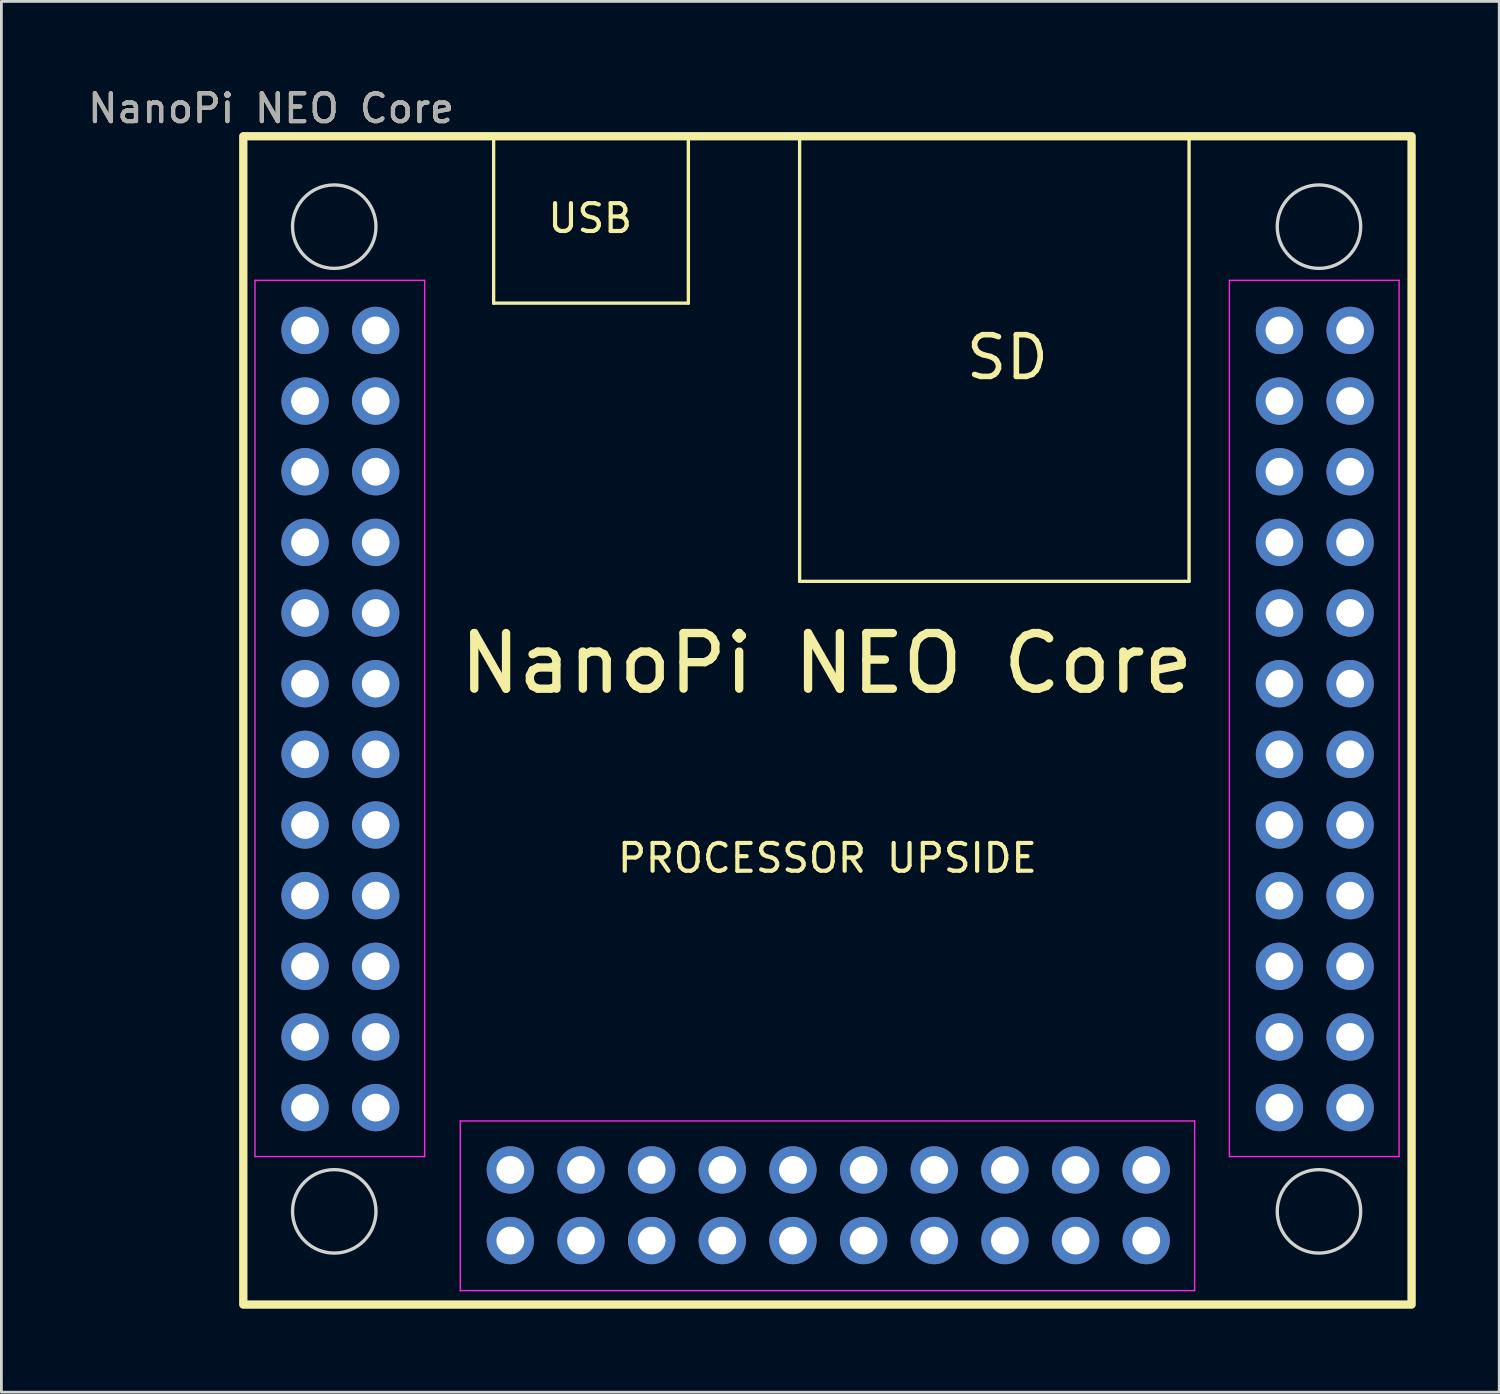
<source format=kicad_pcb>
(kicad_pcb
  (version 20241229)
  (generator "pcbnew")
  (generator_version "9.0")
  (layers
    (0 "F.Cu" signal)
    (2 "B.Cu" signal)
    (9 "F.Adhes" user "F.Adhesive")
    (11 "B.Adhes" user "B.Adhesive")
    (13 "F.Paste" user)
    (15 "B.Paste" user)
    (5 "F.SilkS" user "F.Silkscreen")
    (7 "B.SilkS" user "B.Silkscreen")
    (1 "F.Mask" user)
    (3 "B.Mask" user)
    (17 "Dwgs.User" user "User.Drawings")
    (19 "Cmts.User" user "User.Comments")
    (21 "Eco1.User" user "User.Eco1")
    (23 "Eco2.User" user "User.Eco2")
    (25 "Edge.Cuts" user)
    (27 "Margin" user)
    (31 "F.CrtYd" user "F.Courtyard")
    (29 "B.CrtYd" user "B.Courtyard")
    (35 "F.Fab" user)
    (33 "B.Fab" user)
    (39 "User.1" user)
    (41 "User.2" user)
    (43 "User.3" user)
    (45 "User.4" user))
  (footprint "NanoPi NEO Core"
    (layer "F.Cu")
    (at 7.696 41.848)
    (property "Reference" "NanoPi NEO Core" (at -1 -41 0) (unlocked yes) (layer "F.SilkS") (effects (font (size 1 1) (thickness 0.15))))
    (attr through_hole)
    (fp_line (start 7 -40) (end 7 -34) (stroke (width 0.12) (type solid)) (layer "F.SilkS"))
    (fp_line (start 7 -34) (end 14 -34) (stroke (width 0.12) (type solid)) (layer "F.SilkS"))
    (fp_line (start 14 -34) (end 14 -40) (stroke (width 0.12) (type solid)) (layer "F.SilkS"))
    (fp_line (start 18 -40) (end 18 -24) (stroke (width 0.12) (type solid)) (layer "F.SilkS"))
    (fp_line (start 18 -24) (end 32 -24) (stroke (width 0.12) (type solid)) (layer "F.SilkS"))
    (fp_line (start 32 -24) (end 32 -40) (stroke (width 0.12) (type solid)) (layer "F.SilkS"))
    (fp_rect (start -2 2) (end 40 -40) (stroke (width 0.3) (type solid)) (fill no) (layer "F.SilkS"))
    (fp_circle (center 1.27 -36.75) (end 2.77 -36.75) (stroke (width 0.12) (type solid)) (fill no) (layer "Edge.Cuts"))
    (fp_circle (center 1.27 -1.35) (end 2.77 -1.35) (stroke (width 0.12) (type solid)) (fill no) (layer "Edge.Cuts"))
    (fp_circle (center 36.67 -36.75) (end 38.17 -36.75) (stroke (width 0.12) (type solid)) (fill no) (layer "Edge.Cuts"))
    (fp_circle (center 36.67 -1.35) (end 38.17 -1.35) (stroke (width 0.12) (type solid)) (fill no) (layer "Edge.Cuts"))
    (fp_line (start -1.58 -34.82) (end 4.52 -34.82) (stroke (width 0.05) (type solid)) (layer "F.CrtYd"))
    (fp_line (start -1.58 -3.32) (end -1.58 -34.82) (stroke (width 0.05) (type solid)) (layer "F.CrtYd"))
    (fp_line (start 4.52 -34.82) (end 4.52 -3.32) (stroke (width 0.05) (type solid)) (layer "F.CrtYd"))
    (fp_line (start 4.52 -3.32) (end -1.58 -3.32) (stroke (width 0.05) (type solid)) (layer "F.CrtYd"))
    (fp_line (start 5.8 -4.6) (end 32.2 -4.6) (stroke (width 0.05) (type solid)) (layer "F.CrtYd"))
    (fp_line (start 5.8 1.5) (end 5.8 -4.6) (stroke (width 0.05) (type solid)) (layer "F.CrtYd"))
    (fp_line (start 32.2 -4.6) (end 32.2 1.5) (stroke (width 0.05) (type solid)) (layer "F.CrtYd"))
    (fp_line (start 32.2 1.5) (end 5.8 1.5) (stroke (width 0.05) (type solid)) (layer "F.CrtYd"))
    (fp_line (start 33.45 -34.82) (end 39.55 -34.82) (stroke (width 0.05) (type solid)) (layer "F.CrtYd"))
    (fp_line (start 33.45 -3.32) (end 33.45 -34.82) (stroke (width 0.05) (type solid)) (layer "F.CrtYd"))
    (fp_line (start 39.55 -34.82) (end 39.55 -3.32) (stroke (width 0.05) (type solid)) (layer "F.CrtYd"))
    (fp_line (start 39.55 -3.32) (end 33.45 -3.32) (stroke (width 0.05) (type solid)) (layer "F.CrtYd"))
    (fp_text user "NanoPi NEO Core" (at 18.97 -21.05 0) (unlocked yes) (layer "F.SilkS") (effects (font (size 2 2) (thickness 0.3))))
    (fp_text user "PROCESSOR UPSIDE" (at 19 -14.05 0) (unlocked yes) (layer "F.SilkS") (effects (font (size 1 1) (thickness 0.15))))
    (fp_text user "SD" (at 25.47 -32.05 0) (unlocked yes) (layer "F.SilkS") (effects (font (size 1.5 1.5) (thickness 0.2))))
    (fp_text user "USB" (at 10.47 -37.05 0) (unlocked yes) (layer "F.SilkS") (effects (font (size 1 1) (thickness 0.15))))
    (fp_text user "${REFERENCE}" (at -1 -41 0) (unlocked yes) (layer "F.Fab") (effects (font (size 1 1) (thickness 0.15))))
    (pad "A1" thru_hole oval (at 0.22 -33.02) (size 1.7 1.7) (drill 1) (layers "*.Cu" "*.Mask"))
    (pad "A2" thru_hole circle (at 2.76 -33.02) (size 1.7 1.7) (drill 1) (layers "*.Cu" "*.Mask"))
    (pad "A3" thru_hole oval (at 0.22 -30.48) (size 1.7 1.7) (drill 1) (layers "*.Cu" "*.Mask"))
    (pad "A4" thru_hole oval (at 2.76 -30.48) (size 1.7 1.7) (drill 1) (layers "*.Cu" "*.Mask"))
    (pad "A5" thru_hole oval (at 0.22 -27.94) (size 1.7 1.7) (drill 1) (layers "*.Cu" "*.Mask"))
    (pad "A6" thru_hole oval (at 2.76 -27.94) (size 1.7 1.7) (drill 1) (layers "*.Cu" "*.Mask"))
    (pad "A7" thru_hole oval (at 0.22 -25.4) (size 1.7 1.7) (drill 1) (layers "*.Cu" "*.Mask"))
    (pad "A8" thru_hole oval (at 2.76 -25.4) (size 1.7 1.7) (drill 1) (layers "*.Cu" "*.Mask"))
    (pad "A9" thru_hole oval (at 0.22 -22.86) (size 1.7 1.7) (drill 1) (layers "*.Cu" "*.Mask"))
    (pad "A10" thru_hole oval (at 2.76 -22.86) (size 1.7 1.7) (drill 1) (layers "*.Cu" "*.Mask"))
    (pad "A11" thru_hole oval (at 0.22 -20.32) (size 1.7 1.7) (drill 1) (layers "*.Cu" "*.Mask"))
    (pad "A12" thru_hole oval (at 2.76 -20.32) (size 1.7 1.7) (drill 1) (layers "*.Cu" "*.Mask"))
    (pad "A13" thru_hole oval (at 0.22 -17.78) (size 1.7 1.7) (drill 1) (layers "*.Cu" "*.Mask"))
    (pad "A14" thru_hole oval (at 2.76 -17.78) (size 1.7 1.7) (drill 1) (layers "*.Cu" "*.Mask"))
    (pad "A15" thru_hole oval (at 0.22 -15.24) (size 1.7 1.7) (drill 1) (layers "*.Cu" "*.Mask"))
    (pad "A16" thru_hole oval (at 2.76 -15.24) (size 1.7 1.7) (drill 1) (layers "*.Cu" "*.Mask"))
    (pad "A17" thru_hole oval (at 0.22 -12.7) (size 1.7 1.7) (drill 1) (layers "*.Cu" "*.Mask"))
    (pad "A18" thru_hole oval (at 2.76 -12.7) (size 1.7 1.7) (drill 1) (layers "*.Cu" "*.Mask"))
    (pad "A19" thru_hole oval (at 0.22 -10.16) (size 1.7 1.7) (drill 1) (layers "*.Cu" "*.Mask"))
    (pad "A20" thru_hole oval (at 2.76 -10.16) (size 1.7 1.7) (drill 1) (layers "*.Cu" "*.Mask"))
    (pad "A21" thru_hole oval (at 0.22 -7.62) (size 1.7 1.7) (drill 1) (layers "*.Cu" "*.Mask"))
    (pad "A22" thru_hole oval (at 2.76 -7.62) (size 1.7 1.7) (drill 1) (layers "*.Cu" "*.Mask"))
    (pad "A23" thru_hole oval (at 0.22 -5.08) (size 1.7 1.7) (drill 1) (layers "*.Cu" "*.Mask"))
    (pad "A24" thru_hole oval (at 2.76 -5.08) (size 1.7 1.7) (drill 1) (layers "*.Cu" "*.Mask"))
    (pad "B1" thru_hole oval (at 35.25 -33.02) (size 1.7 1.7) (drill 1) (layers "*.Cu" "*.Mask"))
    (pad "B2" thru_hole circle (at 37.79 -33.02) (size 1.7 1.7) (drill 1) (layers "*.Cu" "*.Mask"))
    (pad "B3" thru_hole oval (at 35.25 -30.48) (size 1.7 1.7) (drill 1) (layers "*.Cu" "*.Mask"))
    (pad "B4" thru_hole oval (at 37.79 -30.48) (size 1.7 1.7) (drill 1) (layers "*.Cu" "*.Mask"))
    (pad "B5" thru_hole oval (at 35.25 -27.94) (size 1.7 1.7) (drill 1) (layers "*.Cu" "*.Mask"))
    (pad "B6" thru_hole oval (at 37.79 -27.94) (size 1.7 1.7) (drill 1) (layers "*.Cu" "*.Mask"))
    (pad "B7" thru_hole oval (at 35.25 -25.4) (size 1.7 1.7) (drill 1) (layers "*.Cu" "*.Mask"))
    (pad "B8" thru_hole oval (at 37.79 -25.4) (size 1.7 1.7) (drill 1) (layers "*.Cu" "*.Mask"))
    (pad "B9" thru_hole oval (at 35.25 -22.86) (size 1.7 1.7) (drill 1) (layers "*.Cu" "*.Mask"))
    (pad "B10" thru_hole oval (at 37.79 -22.86) (size 1.7 1.7) (drill 1) (layers "*.Cu" "*.Mask"))
    (pad "B11" thru_hole oval (at 35.25 -20.32) (size 1.7 1.7) (drill 1) (layers "*.Cu" "*.Mask"))
    (pad "B12" thru_hole oval (at 37.79 -20.32) (size 1.7 1.7) (drill 1) (layers "*.Cu" "*.Mask"))
    (pad "B13" thru_hole oval (at 35.25 -17.78) (size 1.7 1.7) (drill 1) (layers "*.Cu" "*.Mask"))
    (pad "B14" thru_hole oval (at 37.79 -17.78) (size 1.7 1.7) (drill 1) (layers "*.Cu" "*.Mask"))
    (pad "B15" thru_hole oval (at 35.25 -15.24) (size 1.7 1.7) (drill 1) (layers "*.Cu" "*.Mask"))
    (pad "B16" thru_hole oval (at 37.79 -15.24) (size 1.7 1.7) (drill 1) (layers "*.Cu" "*.Mask"))
    (pad "B17" thru_hole oval (at 35.25 -12.7) (size 1.7 1.7) (drill 1) (layers "*.Cu" "*.Mask"))
    (pad "B18" thru_hole oval (at 37.79 -12.7) (size 1.7 1.7) (drill 1) (layers "*.Cu" "*.Mask"))
    (pad "B19" thru_hole oval (at 35.25 -10.16) (size 1.7 1.7) (drill 1) (layers "*.Cu" "*.Mask"))
    (pad "B20" thru_hole oval (at 37.79 -10.16) (size 1.7 1.7) (drill 1) (layers "*.Cu" "*.Mask"))
    (pad "B21" thru_hole oval (at 35.25 -7.62) (size 1.7 1.7) (drill 1) (layers "*.Cu" "*.Mask"))
    (pad "B22" thru_hole oval (at 37.79 -7.62) (size 1.7 1.7) (drill 1) (layers "*.Cu" "*.Mask"))
    (pad "B23" thru_hole oval (at 35.25 -5.08) (size 1.7 1.7) (drill 1) (layers "*.Cu" "*.Mask"))
    (pad "B24" thru_hole oval (at 37.79 -5.08) (size 1.7 1.7) (drill 1) (layers "*.Cu" "*.Mask"))
    (pad "C1" thru_hole oval (at 7.6 -0.3 90) (size 1.7 1.7) (drill 1) (layers "*.Cu" "*.Mask"))
    (pad "C2" thru_hole circle (at 7.6 -2.84 90) (size 1.7 1.7) (drill 1) (layers "*.Cu" "*.Mask"))
    (pad "C3" thru_hole oval (at 10.14 -0.3 90) (size 1.7 1.7) (drill 1) (layers "*.Cu" "*.Mask"))
    (pad "C4" thru_hole oval (at 10.14 -2.84 90) (size 1.7 1.7) (drill 1) (layers "*.Cu" "*.Mask"))
    (pad "C5" thru_hole oval (at 12.68 -0.3 90) (size 1.7 1.7) (drill 1) (layers "*.Cu" "*.Mask"))
    (pad "C6" thru_hole oval (at 12.68 -2.84 90) (size 1.7 1.7) (drill 1) (layers "*.Cu" "*.Mask"))
    (pad "C7" thru_hole oval (at 15.22 -0.3 90) (size 1.7 1.7) (drill 1) (layers "*.Cu" "*.Mask"))
    (pad "C8" thru_hole oval (at 15.22 -2.84 90) (size 1.7 1.7) (drill 1) (layers "*.Cu" "*.Mask"))
    (pad "C9" thru_hole oval (at 17.76 -0.3 90) (size 1.7 1.7) (drill 1) (layers "*.Cu" "*.Mask"))
    (pad "C10" thru_hole oval (at 17.76 -2.84 90) (size 1.7 1.7) (drill 1) (layers "*.Cu" "*.Mask"))
    (pad "C11" thru_hole oval (at 20.3 -0.3 90) (size 1.7 1.7) (drill 1) (layers "*.Cu" "*.Mask"))
    (pad "C12" thru_hole oval (at 20.3 -2.84 90) (size 1.7 1.7) (drill 1) (layers "*.Cu" "*.Mask"))
    (pad "C13" thru_hole oval (at 22.84 -0.3 90) (size 1.7 1.7) (drill 1) (layers "*.Cu" "*.Mask"))
    (pad "C14" thru_hole oval (at 22.84 -2.84 90) (size 1.7 1.7) (drill 1) (layers "*.Cu" "*.Mask"))
    (pad "C15" thru_hole oval (at 25.38 -0.3 90) (size 1.7 1.7) (drill 1) (layers "*.Cu" "*.Mask"))
    (pad "C16" thru_hole oval (at 25.38 -2.84 90) (size 1.7 1.7) (drill 1) (layers "*.Cu" "*.Mask"))
    (pad "C17" thru_hole oval (at 27.92 -0.3 90) (size 1.7 1.7) (drill 1) (layers "*.Cu" "*.Mask"))
    (pad "C18" thru_hole oval (at 27.92 -2.84 90) (size 1.7 1.7) (drill 1) (layers "*.Cu" "*.Mask"))
    (pad "C19" thru_hole oval (at 30.46 -0.3 90) (size 1.7 1.7) (drill 1) (layers "*.Cu" "*.Mask"))
    (pad "C20" thru_hole oval (at 30.46 -2.84 90) (size 1.7 1.7) (drill 1) (layers "*.Cu" "*.Mask")))
  (gr_rect
    (start -3 -3)
    (end 50.846 46.998)
    (stroke (width 0.1) (type default))
    (fill no)
    (layer "Edge.Cuts")))
</source>
